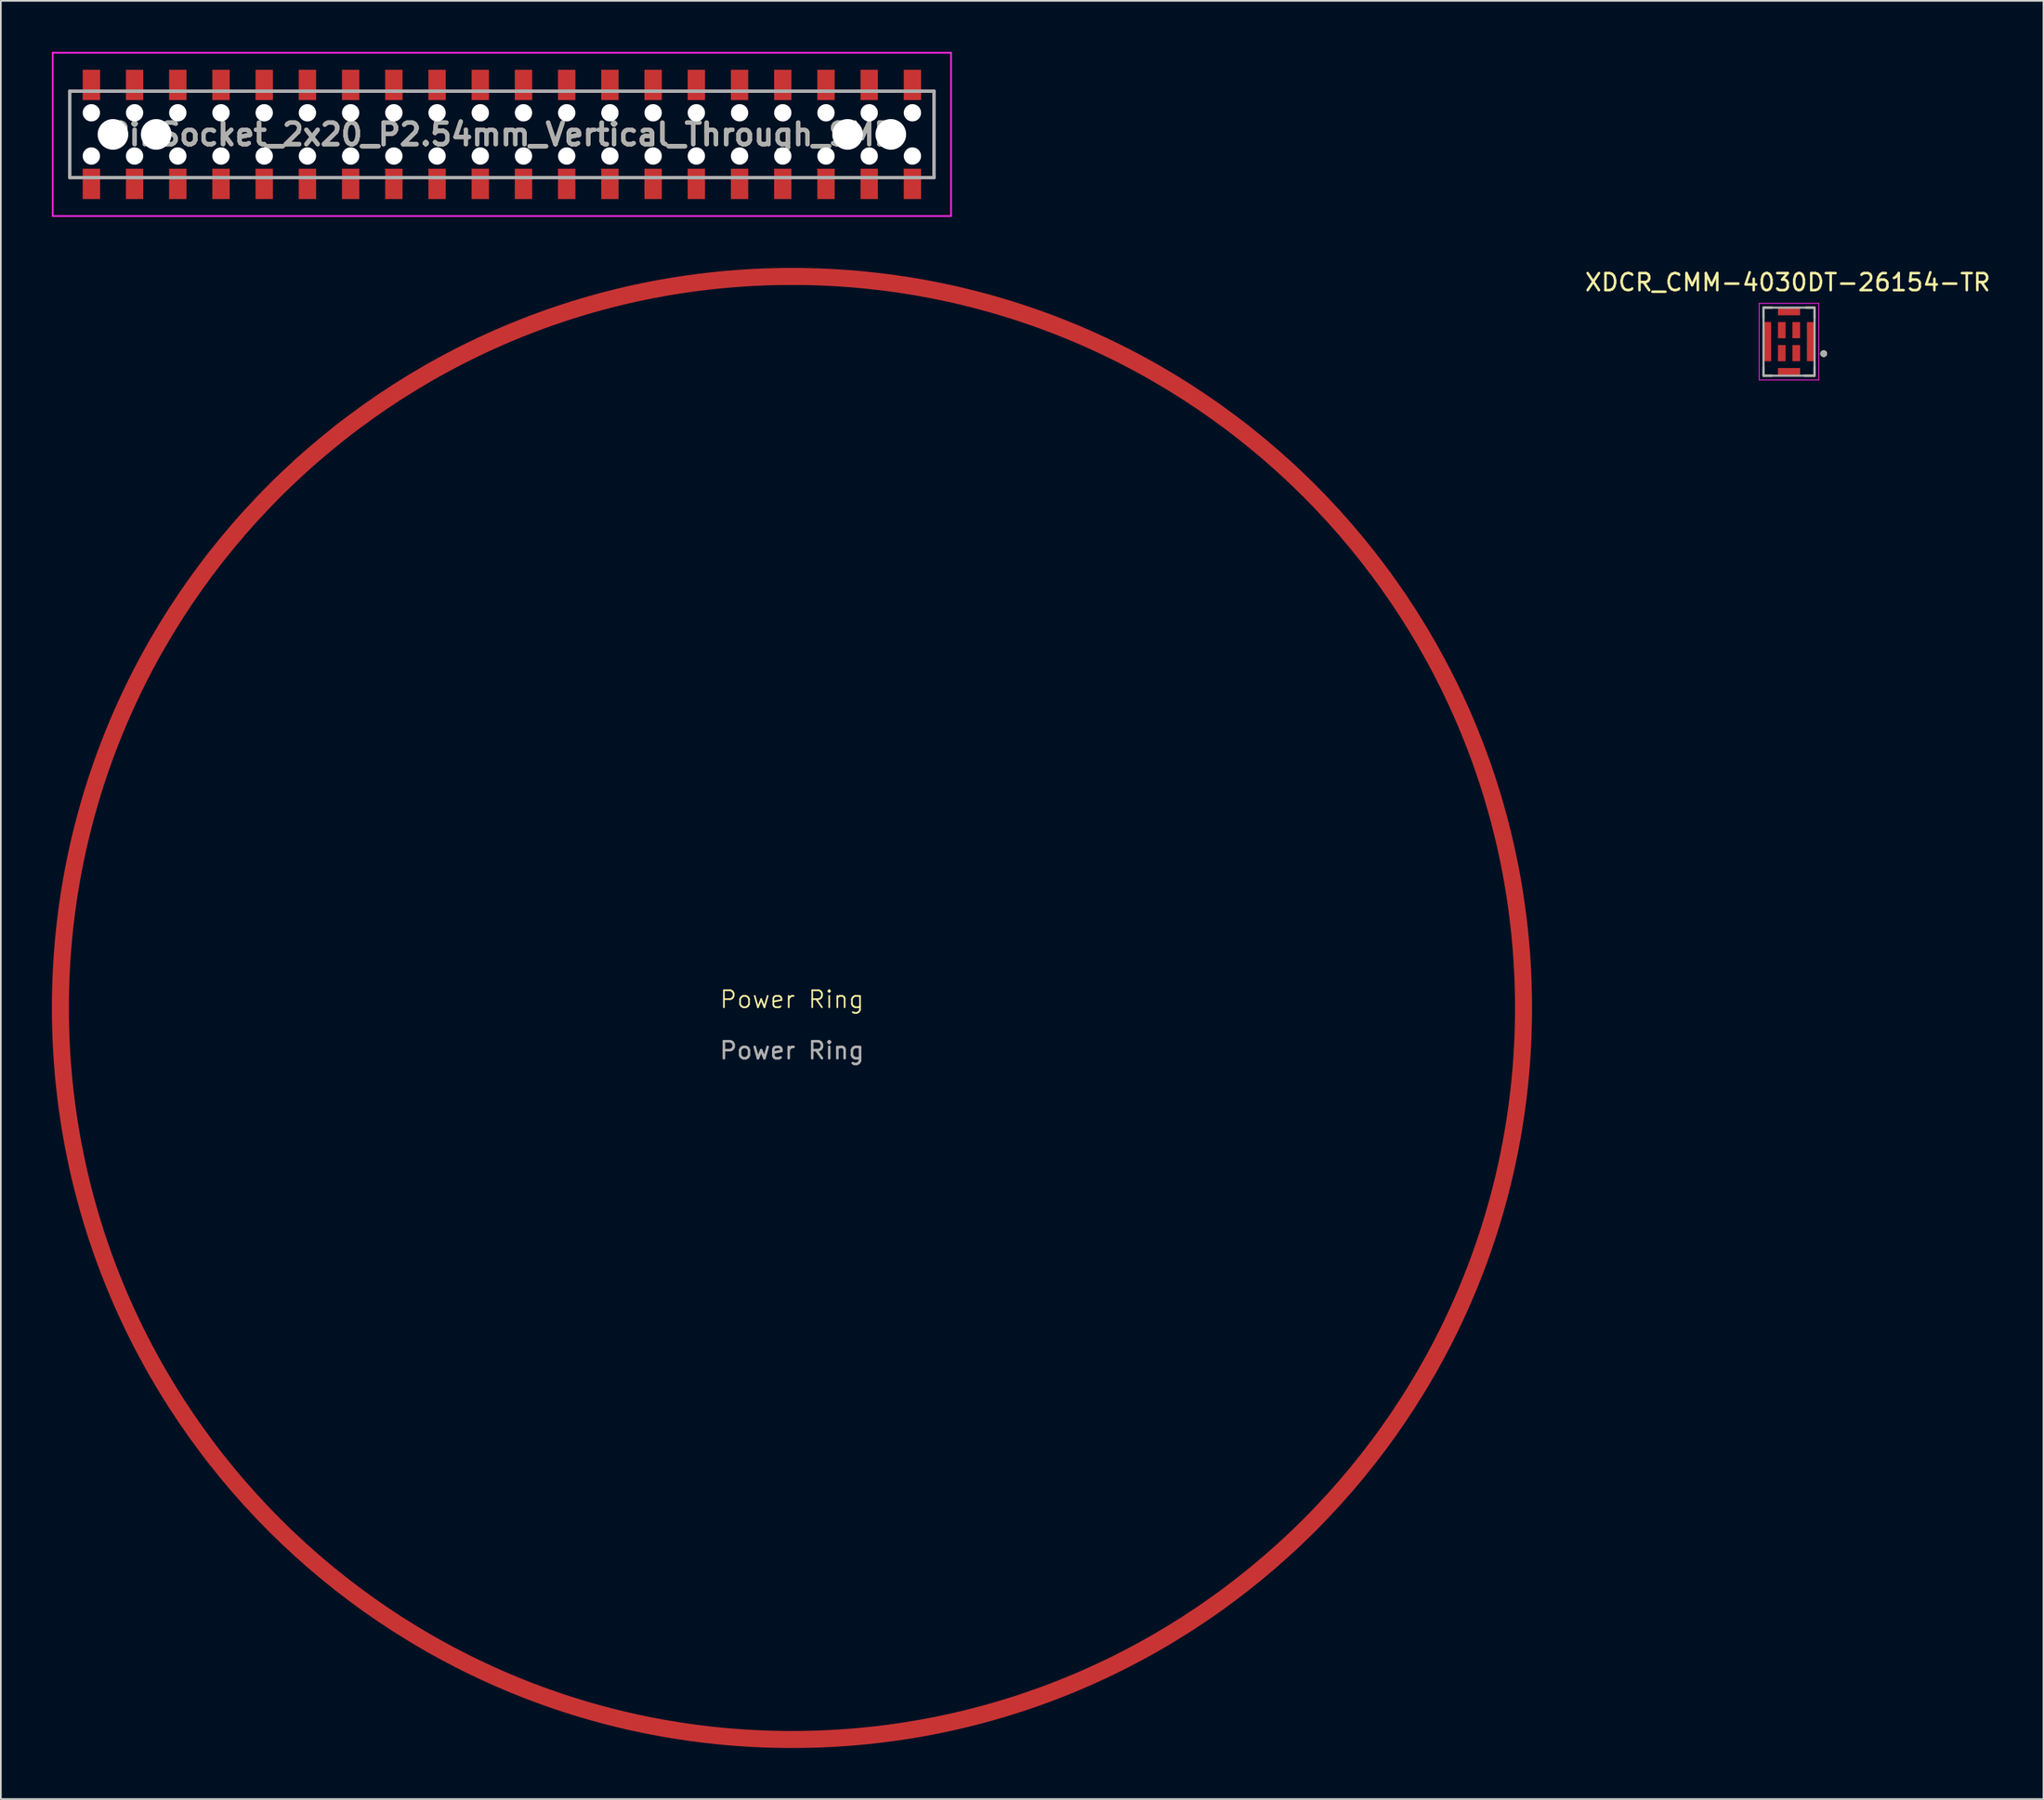
<source format=kicad_pcb>
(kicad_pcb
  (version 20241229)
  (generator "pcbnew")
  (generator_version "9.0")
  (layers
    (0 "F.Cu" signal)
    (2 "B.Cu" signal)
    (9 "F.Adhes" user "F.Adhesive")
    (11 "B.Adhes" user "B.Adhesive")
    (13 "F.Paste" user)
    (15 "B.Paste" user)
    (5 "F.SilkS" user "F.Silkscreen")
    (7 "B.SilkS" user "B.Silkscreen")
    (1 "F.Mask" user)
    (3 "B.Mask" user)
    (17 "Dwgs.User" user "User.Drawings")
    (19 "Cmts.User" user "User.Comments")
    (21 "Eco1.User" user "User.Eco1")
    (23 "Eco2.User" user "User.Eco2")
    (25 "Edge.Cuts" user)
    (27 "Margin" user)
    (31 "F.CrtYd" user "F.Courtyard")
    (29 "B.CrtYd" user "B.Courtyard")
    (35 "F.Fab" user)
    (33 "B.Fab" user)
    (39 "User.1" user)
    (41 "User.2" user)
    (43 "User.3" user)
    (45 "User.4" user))
  (footprint "XDCR_CMM-4030DT-26154-TR"
    (layer "F.Cu")
    (at 102.105 17.033)
    (property "Reference" "XDCR_CMM-4030DT-26154-TR" (at -0.075 -3.485 0) (layer "F.SilkS") (effects (font (size 1 1) (thickness 0.15))))
    (attr smd)
    (fp_line (start -1.5 -2) (end -1.5 -1.4) (stroke (width 0.127) (type solid)) (layer "F.SilkS"))
    (fp_line (start -1.5 -2) (end -1 -2) (stroke (width 0.127) (type solid)) (layer "F.SilkS"))
    (fp_line (start -1.5 1.5) (end -1.5 2) (stroke (width 0.127) (type solid)) (layer "F.SilkS"))
    (fp_line (start -1.5 2) (end -1 2) (stroke (width 0.127) (type solid)) (layer "F.SilkS"))
    (fp_line (start 1.5 -2) (end 1 -2) (stroke (width 0.127) (type solid)) (layer "F.SilkS"))
    (fp_line (start 1.5 -2) (end 1.5 -1.4) (stroke (width 0.127) (type solid)) (layer "F.SilkS"))
    (fp_line (start 1.5 1.5) (end 1.5 2) (stroke (width 0.127) (type solid)) (layer "F.SilkS"))
    (fp_line (start 1.5 2) (end 0.9 2) (stroke (width 0.127) (type solid)) (layer "F.SilkS"))
    (fp_circle (center 2.04 0.705) (end 2.14 0.705) (stroke (width 0.2) (type solid)) (fill no) (layer "F.SilkS"))
    (fp_line (start -1.75 -2.25) (end 1.75 -2.25) (stroke (width 0.05) (type solid)) (layer "F.CrtYd"))
    (fp_line (start -1.75 2.25) (end -1.75 -2.25) (stroke (width 0.05) (type solid)) (layer "F.CrtYd"))
    (fp_line (start 1.75 -2.25) (end 1.75 2.25) (stroke (width 0.05) (type solid)) (layer "F.CrtYd"))
    (fp_line (start 1.75 2.25) (end -1.75 2.25) (stroke (width 0.05) (type solid)) (layer "F.CrtYd"))
    (fp_line (start -1.5 -2) (end 1.5 -2) (stroke (width 0.127) (type solid)) (layer "F.Fab"))
    (fp_line (start -1.5 2) (end -1.5 -2) (stroke (width 0.127) (type solid)) (layer "F.Fab"))
    (fp_line (start 1.5 -2) (end 1.5 2) (stroke (width 0.127) (type solid)) (layer "F.Fab"))
    (fp_line (start 1.5 2) (end -1.5 2) (stroke (width 0.127) (type solid)) (layer "F.Fab"))
    (fp_circle (center 2.035 0.705) (end 2.135 0.705) (stroke (width 0.2) (type solid)) (fill no) (layer "F.Fab"))
    (pad "1" smd rect (at 0.425 0.675 180) (size 0.45 0.95) (layers "F.Cu" "F.Mask" "F.Paste"))
    (pad "2" smd rect (at 0.425 -0.675 180) (size 0.45 0.95) (layers "F.Cu" "F.Mask" "F.Paste"))
    (pad "3" smd rect (at -0.425 -0.675 180) (size 0.45 0.95) (layers "F.Cu" "F.Mask" "F.Paste"))
    (pad "4" smd rect (at -0.425 0.675 180) (size 0.45 0.95) (layers "F.Cu" "F.Mask" "F.Paste"))
    (pad "5" smd rect (at 0 1.775 180) (size 1.3 0.45) (layers "F.Cu" "F.Mask" "F.Paste"))
    (pad "6" smd rect (at 1.275 0 180) (size 0.45 2.3) (layers "F.Cu" "F.Mask" "F.Paste"))
    (pad "7" smd rect (at 0 -1.775 180) (size 1.3 0.45) (layers "F.Cu" "F.Mask" "F.Paste"))
    (pad "8" smd rect (at -1.275 0 180) (size 0.45 2.3) (layers "F.Cu" "F.Mask" "F.Paste")))
  (footprint "Power Ring"
    (layer "F.Cu")
    (at 43.5 56.2)
    (property "Reference" "Power Ring" (at 0 -0.5 0) (unlocked yes) (layer "F.SilkS") (effects (font (size 1 1) (thickness 0.1))))
    (attr smd)
    (fp_circle (center 0 0) (end 43 0) (stroke (width 1) (type default)) (fill no) (layer "F.Cu"))
    (fp_text user "${REFERENCE}" (at 0 2.5 0) (unlocked yes) (layer "F.Fab") (effects (font (size 1 1) (thickness 0.15)))))
  (footprint "PinSocket_2x20_P2.54mm_Vertical_Through_SMD"
    (layer "F.Cu")
    (at 26.45 4.85)
    (property "Reference" "PinSocket_2x20_P2.54mm_Vertical_Through_SMD" (at 0 0 0) (layer "F.SilkS") (effects (font (size 1.27 1.27) (thickness 0.254))))
    (attr through_hole)
    (fp_line (start -25.4 -2.54) (end -25.4 2.54) (stroke (width 0.1) (type solid)) (layer "F.SilkS"))
    (fp_line (start 25.4 -2.54) (end 25.4 2.54) (stroke (width 0.1) (type solid)) (layer "F.SilkS"))
    (fp_line (start -26.4 -4.8) (end 26.4 -4.8) (stroke (width 0.1) (type solid)) (layer "F.CrtYd"))
    (fp_line (start -26.4 4.8) (end -26.4 -4.8) (stroke (width 0.1) (type solid)) (layer "F.CrtYd"))
    (fp_line (start 26.4 -4.8) (end 26.4 4.8) (stroke (width 0.1) (type solid)) (layer "F.CrtYd"))
    (fp_line (start 26.4 4.8) (end -26.4 4.8) (stroke (width 0.1) (type solid)) (layer "F.CrtYd"))
    (fp_line (start -25.4 -2.54) (end 25.4 -2.54) (stroke (width 0.2) (type solid)) (layer "F.Fab"))
    (fp_line (start -25.4 2.54) (end -25.4 -2.54) (stroke (width 0.2) (type solid)) (layer "F.Fab"))
    (fp_line (start 25.4 -2.54) (end 25.4 2.54) (stroke (width 0.2) (type solid)) (layer "F.Fab"))
    (fp_line (start 25.4 2.54) (end -25.4 2.54) (stroke (width 0.2) (type solid)) (layer "F.Fab"))
    (fp_text user "${REFERENCE}" (at 0 0 0) (layer "F.Fab") (effects (font (size 1.27 1.27) (thickness 0.254))))
    (pad "" np_thru_hole circle (at -24.13 -1.27) (size 1.02 1.02) (drill 1.02) (layers "*.Cu" "*.Mask"))
    (pad "" np_thru_hole circle (at -24.13 1.27) (size 1.02 1.02) (drill 1.02) (layers "*.Cu" "*.Mask"))
    (pad "" np_thru_hole circle (at -22.86 0) (size 1.8 1.8) (drill 1.8) (layers "*.Cu" "*.Mask"))
    (pad "" np_thru_hole circle (at -21.59 -1.27) (size 1.02 1.02) (drill 1.02) (layers "*.Cu" "*.Mask"))
    (pad "" np_thru_hole circle (at -21.59 1.27) (size 1.02 1.02) (drill 1.02) (layers "*.Cu" "*.Mask"))
    (pad "" np_thru_hole circle (at -20.32 0) (size 1.8 1.8) (drill 1.8) (layers "*.Cu" "*.Mask"))
    (pad "" np_thru_hole circle (at -19.05 -1.27) (size 1.02 1.02) (drill 1.02) (layers "*.Cu" "*.Mask"))
    (pad "" np_thru_hole circle (at -19.05 1.27) (size 1.02 1.02) (drill 1.02) (layers "*.Cu" "*.Mask"))
    (pad "" np_thru_hole circle (at -16.51 -1.27) (size 1.02 1.02) (drill 1.02) (layers "*.Cu" "*.Mask"))
    (pad "" np_thru_hole circle (at -16.51 1.27) (size 1.02 1.02) (drill 1.02) (layers "*.Cu" "*.Mask"))
    (pad "" np_thru_hole circle (at -13.97 -1.27) (size 1.02 1.02) (drill 1.02) (layers "*.Cu" "*.Mask"))
    (pad "" np_thru_hole circle (at -13.97 1.27) (size 1.02 1.02) (drill 1.02) (layers "*.Cu" "*.Mask"))
    (pad "" np_thru_hole circle (at -11.43 -1.27) (size 1.02 1.02) (drill 1.02) (layers "*.Cu" "*.Mask"))
    (pad "" np_thru_hole circle (at -11.43 1.27) (size 1.02 1.02) (drill 1.02) (layers "*.Cu" "*.Mask"))
    (pad "" np_thru_hole circle (at -8.89 -1.27) (size 1.02 1.02) (drill 1.02) (layers "*.Cu" "*.Mask"))
    (pad "" np_thru_hole circle (at -8.89 1.27) (size 1.02 1.02) (drill 1.02) (layers "*.Cu" "*.Mask"))
    (pad "" np_thru_hole circle (at -6.35 -1.27) (size 1.02 1.02) (drill 1.02) (layers "*.Cu" "*.Mask"))
    (pad "" np_thru_hole circle (at -6.35 1.27) (size 1.02 1.02) (drill 1.02) (layers "*.Cu" "*.Mask"))
    (pad "" np_thru_hole circle (at -3.81 -1.27) (size 1.02 1.02) (drill 1.02) (layers "*.Cu" "*.Mask"))
    (pad "" np_thru_hole circle (at -3.81 1.27) (size 1.02 1.02) (drill 1.02) (layers "*.Cu" "*.Mask"))
    (pad "" np_thru_hole circle (at -1.27 -1.27) (size 1.02 1.02) (drill 1.02) (layers "*.Cu" "*.Mask"))
    (pad "" np_thru_hole circle (at -1.27 1.27) (size 1.02 1.02) (drill 1.02) (layers "*.Cu" "*.Mask"))
    (pad "" np_thru_hole circle (at 1.27 -1.27) (size 1.02 1.02) (drill 1.02) (layers "*.Cu" "*.Mask"))
    (pad "" np_thru_hole circle (at 1.27 1.27) (size 1.02 1.02) (drill 1.02) (layers "*.Cu" "*.Mask"))
    (pad "" np_thru_hole circle (at 3.81 -1.27) (size 1.02 1.02) (drill 1.02) (layers "*.Cu" "*.Mask"))
    (pad "" np_thru_hole circle (at 3.81 1.27) (size 1.02 1.02) (drill 1.02) (layers "*.Cu" "*.Mask"))
    (pad "" np_thru_hole circle (at 6.35 -1.27) (size 1.02 1.02) (drill 1.02) (layers "*.Cu" "*.Mask"))
    (pad "" np_thru_hole circle (at 6.35 1.27) (size 1.02 1.02) (drill 1.02) (layers "*.Cu" "*.Mask"))
    (pad "" np_thru_hole circle (at 8.89 -1.27) (size 1.02 1.02) (drill 1.02) (layers "*.Cu" "*.Mask"))
    (pad "" np_thru_hole circle (at 8.89 1.27) (size 1.02 1.02) (drill 1.02) (layers "*.Cu" "*.Mask"))
    (pad "" np_thru_hole circle (at 11.43 -1.27) (size 1.02 1.02) (drill 1.02) (layers "*.Cu" "*.Mask"))
    (pad "" np_thru_hole circle (at 11.43 1.27) (size 1.02 1.02) (drill 1.02) (layers "*.Cu" "*.Mask"))
    (pad "" np_thru_hole circle (at 13.97 -1.27) (size 1.02 1.02) (drill 1.02) (layers "*.Cu" "*.Mask"))
    (pad "" np_thru_hole circle (at 13.97 1.27) (size 1.02 1.02) (drill 1.02) (layers "*.Cu" "*.Mask"))
    (pad "" np_thru_hole circle (at 16.51 -1.27) (size 1.02 1.02) (drill 1.02) (layers "*.Cu" "*.Mask"))
    (pad "" np_thru_hole circle (at 16.51 1.27) (size 1.02 1.02) (drill 1.02) (layers "*.Cu" "*.Mask"))
    (pad "" np_thru_hole circle (at 19.05 -1.27) (size 1.02 1.02) (drill 1.02) (layers "*.Cu" "*.Mask"))
    (pad "" np_thru_hole circle (at 19.05 1.27) (size 1.02 1.02) (drill 1.02) (layers "*.Cu" "*.Mask"))
    (pad "" np_thru_hole circle (at 20.32 0) (size 1.8 1.8) (drill 1.8) (layers "*.Cu" "*.Mask"))
    (pad "" np_thru_hole circle (at 21.59 -1.27) (size 1.02 1.02) (drill 1.02) (layers "*.Cu" "*.Mask"))
    (pad "" np_thru_hole circle (at 21.59 1.27) (size 1.02 1.02) (drill 1.02) (layers "*.Cu" "*.Mask"))
    (pad "" np_thru_hole circle (at 22.86 0) (size 1.8 1.8) (drill 1.8) (layers "*.Cu" "*.Mask"))
    (pad "" np_thru_hole circle (at 24.13 -1.27) (size 1.02 1.02) (drill 1.02) (layers "*.Cu" "*.Mask"))
    (pad "" np_thru_hole circle (at 24.13 1.27) (size 1.02 1.02) (drill 1.02) (layers "*.Cu" "*.Mask"))
    (pad "1" smd rect (at -24.13 2.91) (size 1.02 1.78) (layers "F.Cu" "F.Mask" "F.Paste"))
    (pad "2" smd rect (at -24.13 -2.91) (size 1.02 1.78) (layers "F.Cu" "F.Mask" "F.Paste"))
    (pad "3" smd rect (at -21.59 2.91) (size 1.02 1.78) (layers "F.Cu" "F.Mask" "F.Paste"))
    (pad "4" smd rect (at -21.59 -2.91) (size 1.02 1.78) (layers "F.Cu" "F.Mask" "F.Paste"))
    (pad "5" smd rect (at -19.05 2.91) (size 1.02 1.78) (layers "F.Cu" "F.Mask" "F.Paste"))
    (pad "6" smd rect (at -19.05 -2.91) (size 1.02 1.78) (layers "F.Cu" "F.Mask" "F.Paste"))
    (pad "7" smd rect (at -16.51 2.91) (size 1.02 1.78) (layers "F.Cu" "F.Mask" "F.Paste"))
    (pad "8" smd rect (at -16.51 -2.91) (size 1.02 1.78) (layers "F.Cu" "F.Mask" "F.Paste"))
    (pad "9" smd rect (at -13.97 2.91) (size 1.02 1.78) (layers "F.Cu" "F.Mask" "F.Paste"))
    (pad "10" smd rect (at -13.97 -2.91) (size 1.02 1.78) (layers "F.Cu" "F.Mask" "F.Paste"))
    (pad "11" smd rect (at -11.43 2.91) (size 1.02 1.78) (layers "F.Cu" "F.Mask" "F.Paste"))
    (pad "12" smd rect (at -11.43 -2.91) (size 1.02 1.78) (layers "F.Cu" "F.Mask" "F.Paste"))
    (pad "13" smd rect (at -8.89 2.91) (size 1.02 1.78) (layers "F.Cu" "F.Mask" "F.Paste"))
    (pad "14" smd rect (at -8.89 -2.91) (size 1.02 1.78) (layers "F.Cu" "F.Mask" "F.Paste"))
    (pad "15" smd rect (at -6.35 2.91) (size 1.02 1.78) (layers "F.Cu" "F.Mask" "F.Paste"))
    (pad "16" smd rect (at -6.35 -2.91) (size 1.02 1.78) (layers "F.Cu" "F.Mask" "F.Paste"))
    (pad "17" smd rect (at -3.81 2.91) (size 1.02 1.78) (layers "F.Cu" "F.Mask" "F.Paste"))
    (pad "18" smd rect (at -3.81 -2.91) (size 1.02 1.78) (layers "F.Cu" "F.Mask" "F.Paste"))
    (pad "19" smd rect (at -1.27 2.91) (size 1.02 1.78) (layers "F.Cu" "F.Mask" "F.Paste"))
    (pad "20" smd rect (at -1.27 -2.91) (size 1.02 1.78) (layers "F.Cu" "F.Mask" "F.Paste"))
    (pad "21" smd rect (at 1.27 2.91) (size 1.02 1.78) (layers "F.Cu" "F.Mask" "F.Paste"))
    (pad "22" smd rect (at 1.27 -2.91) (size 1.02 1.78) (layers "F.Cu" "F.Mask" "F.Paste"))
    (pad "23" smd rect (at 3.81 2.91) (size 1.02 1.78) (layers "F.Cu" "F.Mask" "F.Paste"))
    (pad "24" smd rect (at 3.81 -2.91) (size 1.02 1.78) (layers "F.Cu" "F.Mask" "F.Paste"))
    (pad "25" smd rect (at 6.35 2.91) (size 1.02 1.78) (layers "F.Cu" "F.Mask" "F.Paste"))
    (pad "26" smd rect (at 6.35 -2.91) (size 1.02 1.78) (layers "F.Cu" "F.Mask" "F.Paste"))
    (pad "27" smd rect (at 8.89 2.91) (size 1.02 1.78) (layers "F.Cu" "F.Mask" "F.Paste"))
    (pad "28" smd rect (at 8.89 -2.91) (size 1.02 1.78) (layers "F.Cu" "F.Mask" "F.Paste"))
    (pad "29" smd rect (at 11.43 2.91) (size 1.02 1.78) (layers "F.Cu" "F.Mask" "F.Paste"))
    (pad "30" smd rect (at 11.43 -2.91) (size 1.02 1.78) (layers "F.Cu" "F.Mask" "F.Paste"))
    (pad "31" smd rect (at 13.97 2.91) (size 1.02 1.78) (layers "F.Cu" "F.Mask" "F.Paste"))
    (pad "32" smd rect (at 13.97 -2.91) (size 1.02 1.78) (layers "F.Cu" "F.Mask" "F.Paste"))
    (pad "33" smd rect (at 16.51 2.91) (size 1.02 1.78) (layers "F.Cu" "F.Mask" "F.Paste"))
    (pad "34" smd rect (at 16.51 -2.91) (size 1.02 1.78) (layers "F.Cu" "F.Mask" "F.Paste"))
    (pad "35" smd rect (at 19.05 2.91) (size 1.02 1.78) (layers "F.Cu" "F.Mask" "F.Paste"))
    (pad "36" smd rect (at 19.05 -2.91) (size 1.02 1.78) (layers "F.Cu" "F.Mask" "F.Paste"))
    (pad "37" smd rect (at 21.59 2.91) (size 1.02 1.78) (layers "F.Cu" "F.Mask" "F.Paste"))
    (pad "38" smd rect (at 21.59 -2.91) (size 1.02 1.78) (layers "F.Cu" "F.Mask" "F.Paste"))
    (pad "39" smd rect (at 24.13 2.91) (size 1.02 1.78) (layers "F.Cu" "F.Mask" "F.Paste"))
    (pad "40" smd rect (at 24.13 -2.91) (size 1.02 1.78) (layers "F.Cu" "F.Mask" "F.Paste")))
  (gr_rect
    (start -3 -3)
    (end 117.06 102.7)
    (stroke (width 0.1) (type default))
    (fill no)
    (layer "Edge.Cuts")))
</source>
